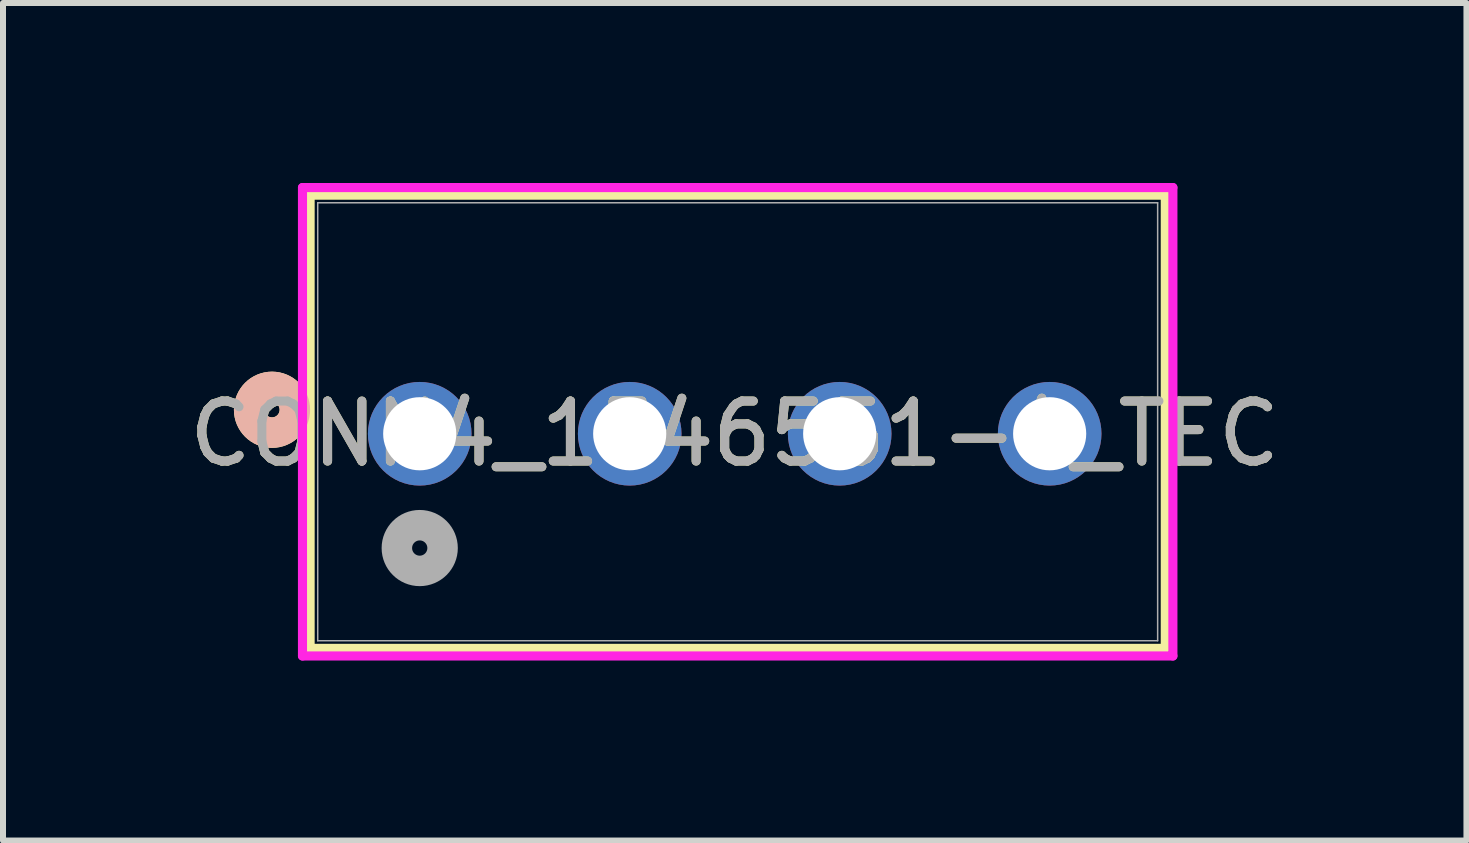
<source format=kicad_pcb>
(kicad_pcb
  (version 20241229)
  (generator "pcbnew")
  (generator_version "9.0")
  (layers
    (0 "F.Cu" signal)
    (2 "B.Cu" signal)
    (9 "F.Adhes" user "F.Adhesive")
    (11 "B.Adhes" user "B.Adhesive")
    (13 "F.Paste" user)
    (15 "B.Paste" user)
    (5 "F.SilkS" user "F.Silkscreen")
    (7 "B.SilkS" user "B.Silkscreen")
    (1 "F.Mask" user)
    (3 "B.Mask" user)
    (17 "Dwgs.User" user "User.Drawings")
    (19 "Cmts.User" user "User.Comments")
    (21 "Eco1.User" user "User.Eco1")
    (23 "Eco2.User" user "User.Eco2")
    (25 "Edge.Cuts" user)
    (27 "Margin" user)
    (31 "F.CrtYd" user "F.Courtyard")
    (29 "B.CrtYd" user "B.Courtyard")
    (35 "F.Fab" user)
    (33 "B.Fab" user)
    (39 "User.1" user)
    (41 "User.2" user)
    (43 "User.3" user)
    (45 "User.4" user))
  (footprint "CONN4_1546551-4_TEC"
    (layer "F.Cu")
    (at 3.946 4.18)
    (property "Reference" "CONN4_1546551-4_TEC" (at 5.25 0 0) (unlocked yes) (layer "F.SilkS") (effects (font (size 1 1) (thickness 0.15))))
    (attr through_hole)
    (fp_line (start -1.827 -3.977) (end -1.827 3.577) (stroke (width 0.152) (type solid)) (layer "F.SilkS"))
    (fp_line (start -1.827 3.577) (end 12.427 3.577) (stroke (width 0.152) (type solid)) (layer "F.SilkS"))
    (fp_line (start 12.427 -3.977) (end -1.827 -3.977) (stroke (width 0.152) (type solid)) (layer "F.SilkS"))
    (fp_line (start 12.427 3.577) (end 12.427 -3.977) (stroke (width 0.152) (type solid)) (layer "F.SilkS"))
    (fp_circle (center -2.462 -0.4) (end -2.081 -0.4) (stroke (width 0.508) (type solid)) (fill no) (layer "F.SilkS"))
    (fp_circle (center -2.462 -0.4) (end -2.081 -0.4) (stroke (width 0.508) (type solid)) (fill no) (layer "B.SilkS"))
    (fp_line (start -1.954 -4.104) (end -1.954 3.704) (stroke (width 0.152) (type solid)) (layer "F.CrtYd"))
    (fp_line (start -1.954 3.704) (end 12.554 3.704) (stroke (width 0.152) (type solid)) (layer "F.CrtYd"))
    (fp_line (start 12.554 -4.104) (end -1.954 -4.104) (stroke (width 0.152) (type solid)) (layer "F.CrtYd"))
    (fp_line (start 12.554 3.704) (end 12.554 -4.104) (stroke (width 0.152) (type solid)) (layer "F.CrtYd"))
    (fp_line (start -1.7 -3.85) (end -1.7 3.45) (stroke (width 0.025) (type solid)) (layer "F.Fab"))
    (fp_line (start -1.7 3.45) (end 12.3 3.45) (stroke (width 0.025) (type solid)) (layer "F.Fab"))
    (fp_line (start 12.3 -3.85) (end -1.7 -3.85) (stroke (width 0.025) (type solid)) (layer "F.Fab"))
    (fp_line (start 12.3 3.45) (end 12.3 -3.85) (stroke (width 0.025) (type solid)) (layer "F.Fab"))
    (fp_circle (center 0 1.905) (end 0.381 1.905) (stroke (width 0.508) (type solid)) (fill no) (layer "F.Fab"))
    (fp_text user "${REFERENCE}" (at 5.25 0 0) (unlocked yes) (layer "F.Fab") (effects (font (size 1 1) (thickness 0.15))))
    (pad "1" thru_hole circle (at 0 0) (size 1.727 1.727) (drill 1.219) (layers "*.Cu" "*.Mask"))
    (pad "2" thru_hole circle (at 3.5 0) (size 1.727 1.727) (drill 1.219) (layers "*.Cu" "*.Mask"))
    (pad "3" thru_hole circle (at 7 0) (size 1.727 1.727) (drill 1.219) (layers "*.Cu" "*.Mask"))
    (pad "4" thru_hole circle (at 10.5 0) (size 1.727 1.727) (drill 1.219) (layers "*.Cu" "*.Mask")))
  (gr_rect
    (start -3 -3)
    (end 21.393 10.96)
    (stroke (width 0.1) (type default))
    (fill no)
    (layer "Edge.Cuts")))
</source>
